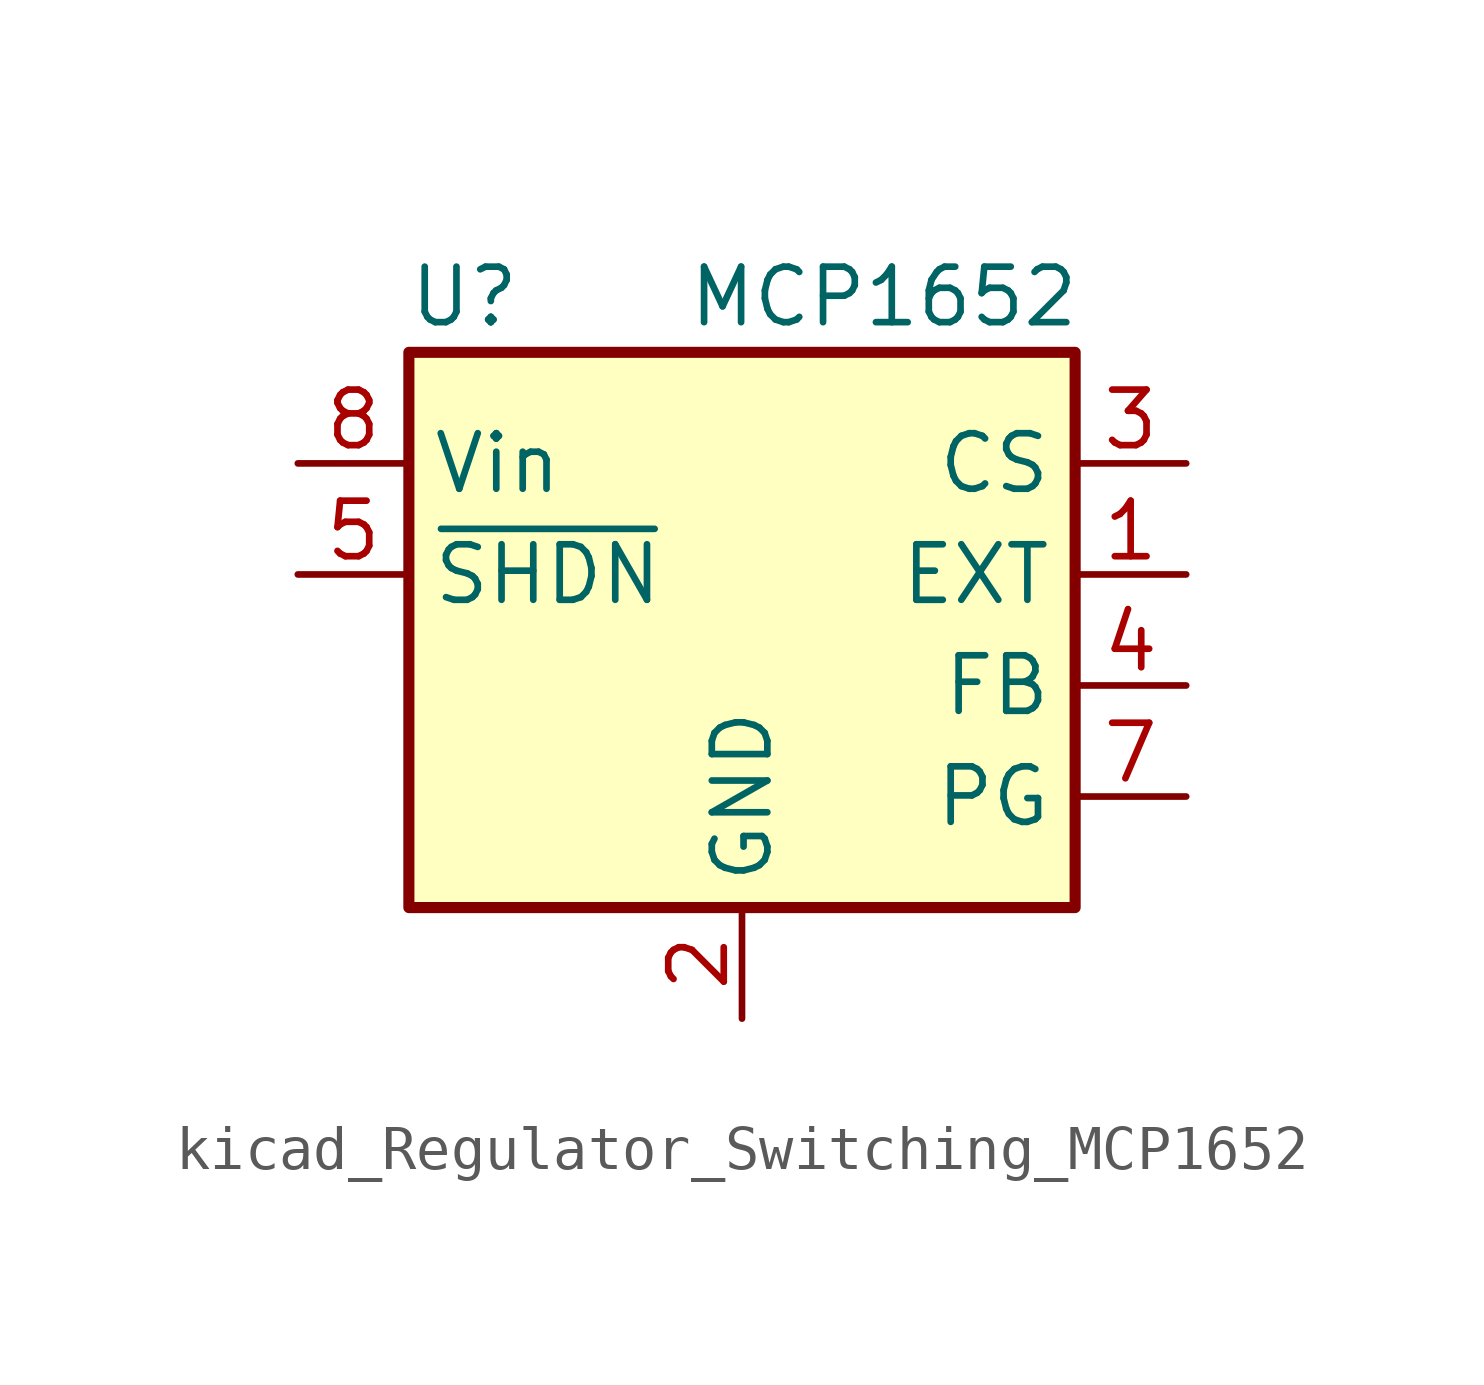
<source format=kicad_sym>
(kicad_symbol_lib
  (version 20220914)
  (generator kicad_symbol_editor)
  (symbol "kicad_Regulator_Switching_MCP1652"
    (property "Reference" "U"
      (at -6.35 6.35 0)
      (effects (font (size 1.27 1.27))))
    (property "Value" "MCP1652"
      (at -1.27 6.35 0)
      (effects (font (size 1.27 1.27)) (justify left)))
    (symbol "kicad_Regulator_Switching_MCP1652_0_1"
      (rectangle (start -7.62 5.08) (end 7.62 -7.62) (stroke (width 0.254) (type default)) (fill (type background))))
    (symbol "kicad_Regulator_Switching_MCP1652_1_1"
      (pin open_emitter line (at 10.16 0 180) (length 2.54) (name "EXT" (effects (font (size 1.27 1.27)))) (number "1" (effects (font (size 1.27 1.27)))))
      (pin power_in line (at 0 -10.16 90) (length 2.54) (name "GND" (effects (font (size 1.27 1.27)))) (number "2" (effects (font (size 1.27 1.27)))))
      (pin input line (at 10.16 2.54 180) (length 2.54) (name "CS" (effects (font (size 1.27 1.27)))) (number "3" (effects (font (size 1.27 1.27)))))
      (pin input line (at 10.16 -2.54 180) (length 2.54) (name "FB" (effects (font (size 1.27 1.27)))) (number "4" (effects (font (size 1.27 1.27)))))
      (pin input line (at -10.16 0 0) (length 2.54) (name "~{SHDN}" (effects (font (size 1.27 1.27)))) (number "5" (effects (font (size 1.27 1.27)))))
      (pin no_connect line (at -2.54 -7.62 90) (length 2.54) hide (name "NC" (effects (font (size 1.27 1.27)))) (number "6" (effects (font (size 1.27 1.27)))))
      (pin output line (at 10.16 -5.08 180) (length 2.54) (name "PG" (effects (font (size 1.27 1.27)))) (number "7" (effects (font (size 1.27 1.27)))))
      (pin power_in line (at -10.16 2.54 0) (length 2.54) (name "Vin" (effects (font (size 1.27 1.27)))) (number "8" (effects (font (size 1.27 1.27))))))))
</source>
